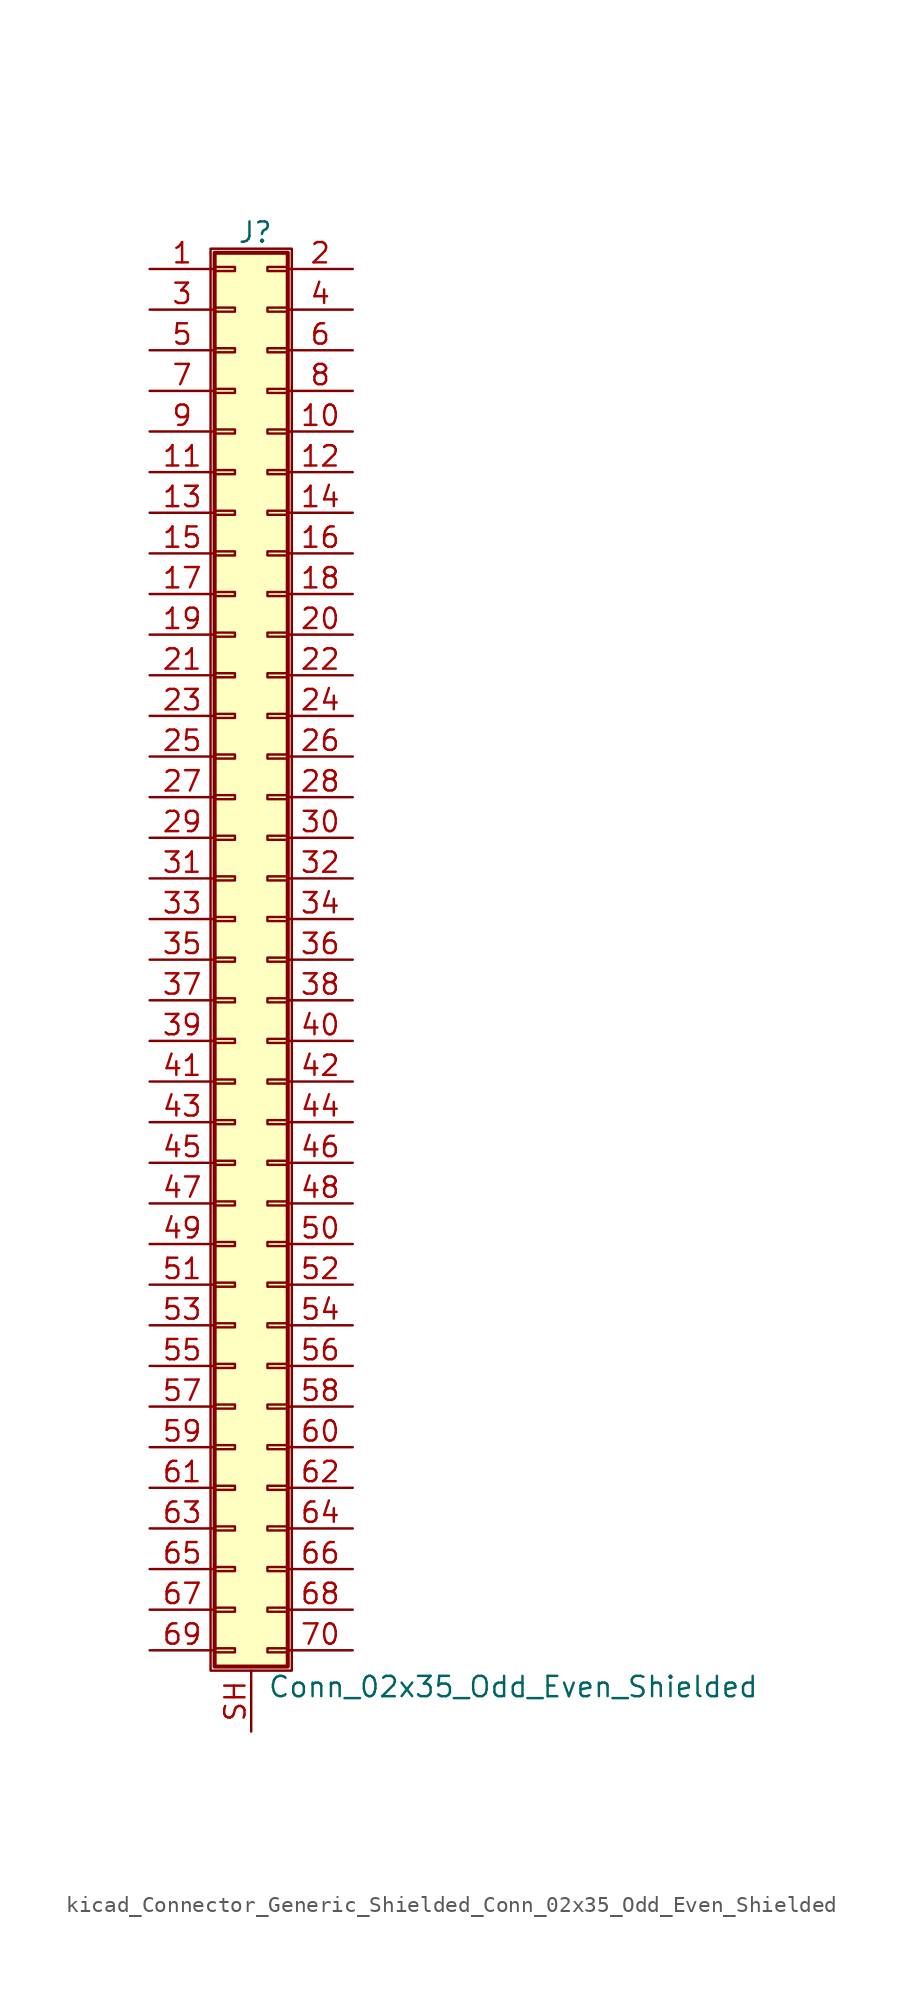
<source format=kicad_sym>
(kicad_symbol_lib
  (version 20220914)
  (generator kicad_symbol_editor)
  (symbol "kicad_Connector_Generic_Shielded_Conn_02x35_Odd_Even_Shielded"
    (pin_names
      (offset 1.016) hide)
    (property "Reference" "J"
      (at 1.524 45.466 0)
      (effects (font (size 1.27 1.27))))
    (property "Value" "Conn_02x35_Odd_Even_Shielded"
      (at 2.286 -45.466 0)
      (effects (font (size 1.27 1.27)) (justify left)))
    (symbol "kicad_Connector_Generic_Shielded_Conn_02x35_Odd_Even_Shielded_1_1"
      (rectangle (start -1.27 44.45) (end 3.81 -44.45) (stroke (width 0.152) (type default)) (fill (type none)))
      (rectangle (start -1.016 -43.053) (end 0.254 -43.307) (stroke (width 0.152) (type default)) (fill (type none)))
      (rectangle (start -1.016 -40.513) (end 0.254 -40.767) (stroke (width 0.152) (type default)) (fill (type none)))
      (rectangle (start -1.016 -37.973) (end 0.254 -38.227) (stroke (width 0.152) (type default)) (fill (type none)))
      (rectangle (start -1.016 -35.433) (end 0.254 -35.687) (stroke (width 0.152) (type default)) (fill (type none)))
      (rectangle (start -1.016 -32.893) (end 0.254 -33.147) (stroke (width 0.152) (type default)) (fill (type none)))
      (rectangle (start -1.016 -30.353) (end 0.254 -30.607) (stroke (width 0.152) (type default)) (fill (type none)))
      (rectangle (start -1.016 -27.813) (end 0.254 -28.067) (stroke (width 0.152) (type default)) (fill (type none)))
      (rectangle (start -1.016 -25.273) (end 0.254 -25.527) (stroke (width 0.152) (type default)) (fill (type none)))
      (rectangle (start -1.016 -22.733) (end 0.254 -22.987) (stroke (width 0.152) (type default)) (fill (type none)))
      (rectangle (start -1.016 -20.193) (end 0.254 -20.447) (stroke (width 0.152) (type default)) (fill (type none)))
      (rectangle (start -1.016 -17.653) (end 0.254 -17.907) (stroke (width 0.152) (type default)) (fill (type none)))
      (rectangle (start -1.016 -15.113) (end 0.254 -15.367) (stroke (width 0.152) (type default)) (fill (type none)))
      (rectangle (start -1.016 -12.573) (end 0.254 -12.827) (stroke (width 0.152) (type default)) (fill (type none)))
      (rectangle (start -1.016 -10.033) (end 0.254 -10.287) (stroke (width 0.152) (type default)) (fill (type none)))
      (rectangle (start -1.016 -7.493) (end 0.254 -7.747) (stroke (width 0.152) (type default)) (fill (type none)))
      (rectangle (start -1.016 -4.953) (end 0.254 -5.207) (stroke (width 0.152) (type default)) (fill (type none)))
      (rectangle (start -1.016 -2.413) (end 0.254 -2.667) (stroke (width 0.152) (type default)) (fill (type none)))
      (rectangle (start -1.016 0.127) (end 0.254 -0.127) (stroke (width 0.152) (type default)) (fill (type none)))
      (rectangle (start -1.016 2.667) (end 0.254 2.413) (stroke (width 0.152) (type default)) (fill (type none)))
      (rectangle (start -1.016 5.207) (end 0.254 4.953) (stroke (width 0.152) (type default)) (fill (type none)))
      (rectangle (start -1.016 7.747) (end 0.254 7.493) (stroke (width 0.152) (type default)) (fill (type none)))
      (rectangle (start -1.016 10.287) (end 0.254 10.033) (stroke (width 0.152) (type default)) (fill (type none)))
      (rectangle (start -1.016 12.827) (end 0.254 12.573) (stroke (width 0.152) (type default)) (fill (type none)))
      (rectangle (start -1.016 15.367) (end 0.254 15.113) (stroke (width 0.152) (type default)) (fill (type none)))
      (rectangle (start -1.016 17.907) (end 0.254 17.653) (stroke (width 0.152) (type default)) (fill (type none)))
      (rectangle (start -1.016 20.447) (end 0.254 20.193) (stroke (width 0.152) (type default)) (fill (type none)))
      (rectangle (start -1.016 22.987) (end 0.254 22.733) (stroke (width 0.152) (type default)) (fill (type none)))
      (rectangle (start -1.016 25.527) (end 0.254 25.273) (stroke (width 0.152) (type default)) (fill (type none)))
      (rectangle (start -1.016 28.067) (end 0.254 27.813) (stroke (width 0.152) (type default)) (fill (type none)))
      (rectangle (start -1.016 30.607) (end 0.254 30.353) (stroke (width 0.152) (type default)) (fill (type none)))
      (rectangle (start -1.016 33.147) (end 0.254 32.893) (stroke (width 0.152) (type default)) (fill (type none)))
      (rectangle (start -1.016 35.687) (end 0.254 35.433) (stroke (width 0.152) (type default)) (fill (type none)))
      (rectangle (start -1.016 38.227) (end 0.254 37.973) (stroke (width 0.152) (type default)) (fill (type none)))
      (rectangle (start -1.016 40.767) (end 0.254 40.513) (stroke (width 0.152) (type default)) (fill (type none)))
      (rectangle (start -1.016 43.307) (end 0.254 43.053) (stroke (width 0.152) (type default)) (fill (type none)))
      (rectangle (start -1.016 44.196) (end 3.556 -44.196) (stroke (width 0.254) (type default)) (fill (type background)))
      (rectangle (start 3.556 -43.053) (end 2.286 -43.307) (stroke (width 0.152) (type default)) (fill (type none)))
      (rectangle (start 3.556 -40.513) (end 2.286 -40.767) (stroke (width 0.152) (type default)) (fill (type none)))
      (rectangle (start 3.556 -37.973) (end 2.286 -38.227) (stroke (width 0.152) (type default)) (fill (type none)))
      (rectangle (start 3.556 -35.433) (end 2.286 -35.687) (stroke (width 0.152) (type default)) (fill (type none)))
      (rectangle (start 3.556 -32.893) (end 2.286 -33.147) (stroke (width 0.152) (type default)) (fill (type none)))
      (rectangle (start 3.556 -30.353) (end 2.286 -30.607) (stroke (width 0.152) (type default)) (fill (type none)))
      (rectangle (start 3.556 -27.813) (end 2.286 -28.067) (stroke (width 0.152) (type default)) (fill (type none)))
      (rectangle (start 3.556 -25.273) (end 2.286 -25.527) (stroke (width 0.152) (type default)) (fill (type none)))
      (rectangle (start 3.556 -22.733) (end 2.286 -22.987) (stroke (width 0.152) (type default)) (fill (type none)))
      (rectangle (start 3.556 -20.193) (end 2.286 -20.447) (stroke (width 0.152) (type default)) (fill (type none)))
      (rectangle (start 3.556 -17.653) (end 2.286 -17.907) (stroke (width 0.152) (type default)) (fill (type none)))
      (rectangle (start 3.556 -15.113) (end 2.286 -15.367) (stroke (width 0.152) (type default)) (fill (type none)))
      (rectangle (start 3.556 -12.573) (end 2.286 -12.827) (stroke (width 0.152) (type default)) (fill (type none)))
      (rectangle (start 3.556 -10.033) (end 2.286 -10.287) (stroke (width 0.152) (type default)) (fill (type none)))
      (rectangle (start 3.556 -7.493) (end 2.286 -7.747) (stroke (width 0.152) (type default)) (fill (type none)))
      (rectangle (start 3.556 -4.953) (end 2.286 -5.207) (stroke (width 0.152) (type default)) (fill (type none)))
      (rectangle (start 3.556 -2.413) (end 2.286 -2.667) (stroke (width 0.152) (type default)) (fill (type none)))
      (rectangle (start 3.556 0.127) (end 2.286 -0.127) (stroke (width 0.152) (type default)) (fill (type none)))
      (rectangle (start 3.556 2.667) (end 2.286 2.413) (stroke (width 0.152) (type default)) (fill (type none)))
      (rectangle (start 3.556 5.207) (end 2.286 4.953) (stroke (width 0.152) (type default)) (fill (type none)))
      (rectangle (start 3.556 7.747) (end 2.286 7.493) (stroke (width 0.152) (type default)) (fill (type none)))
      (rectangle (start 3.556 10.287) (end 2.286 10.033) (stroke (width 0.152) (type default)) (fill (type none)))
      (rectangle (start 3.556 12.827) (end 2.286 12.573) (stroke (width 0.152) (type default)) (fill (type none)))
      (rectangle (start 3.556 15.367) (end 2.286 15.113) (stroke (width 0.152) (type default)) (fill (type none)))
      (rectangle (start 3.556 17.907) (end 2.286 17.653) (stroke (width 0.152) (type default)) (fill (type none)))
      (rectangle (start 3.556 20.447) (end 2.286 20.193) (stroke (width 0.152) (type default)) (fill (type none)))
      (rectangle (start 3.556 22.987) (end 2.286 22.733) (stroke (width 0.152) (type default)) (fill (type none)))
      (rectangle (start 3.556 25.527) (end 2.286 25.273) (stroke (width 0.152) (type default)) (fill (type none)))
      (rectangle (start 3.556 28.067) (end 2.286 27.813) (stroke (width 0.152) (type default)) (fill (type none)))
      (rectangle (start 3.556 30.607) (end 2.286 30.353) (stroke (width 0.152) (type default)) (fill (type none)))
      (rectangle (start 3.556 33.147) (end 2.286 32.893) (stroke (width 0.152) (type default)) (fill (type none)))
      (rectangle (start 3.556 35.687) (end 2.286 35.433) (stroke (width 0.152) (type default)) (fill (type none)))
      (rectangle (start 3.556 38.227) (end 2.286 37.973) (stroke (width 0.152) (type default)) (fill (type none)))
      (rectangle (start 3.556 40.767) (end 2.286 40.513) (stroke (width 0.152) (type default)) (fill (type none)))
      (rectangle (start 3.556 43.307) (end 2.286 43.053) (stroke (width 0.152) (type default)) (fill (type none)))
      (pin passive line (at -5.08 43.18 0) (length 4.064) (name "Pin_1" (effects (font (size 1.27 1.27)))) (number "1" (effects (font (size 1.27 1.27)))))
      (pin passive line (at 7.62 33.02 180) (length 4.064) (name "Pin_10" (effects (font (size 1.27 1.27)))) (number "10" (effects (font (size 1.27 1.27)))))
      (pin passive line (at -5.08 30.48 0) (length 4.064) (name "Pin_11" (effects (font (size 1.27 1.27)))) (number "11" (effects (font (size 1.27 1.27)))))
      (pin passive line (at 7.62 30.48 180) (length 4.064) (name "Pin_12" (effects (font (size 1.27 1.27)))) (number "12" (effects (font (size 1.27 1.27)))))
      (pin passive line (at -5.08 27.94 0) (length 4.064) (name "Pin_13" (effects (font (size 1.27 1.27)))) (number "13" (effects (font (size 1.27 1.27)))))
      (pin passive line (at 7.62 27.94 180) (length 4.064) (name "Pin_14" (effects (font (size 1.27 1.27)))) (number "14" (effects (font (size 1.27 1.27)))))
      (pin passive line (at -5.08 25.4 0) (length 4.064) (name "Pin_15" (effects (font (size 1.27 1.27)))) (number "15" (effects (font (size 1.27 1.27)))))
      (pin passive line (at 7.62 25.4 180) (length 4.064) (name "Pin_16" (effects (font (size 1.27 1.27)))) (number "16" (effects (font (size 1.27 1.27)))))
      (pin passive line (at -5.08 22.86 0) (length 4.064) (name "Pin_17" (effects (font (size 1.27 1.27)))) (number "17" (effects (font (size 1.27 1.27)))))
      (pin passive line (at 7.62 22.86 180) (length 4.064) (name "Pin_18" (effects (font (size 1.27 1.27)))) (number "18" (effects (font (size 1.27 1.27)))))
      (pin passive line (at -5.08 20.32 0) (length 4.064) (name "Pin_19" (effects (font (size 1.27 1.27)))) (number "19" (effects (font (size 1.27 1.27)))))
      (pin passive line (at 7.62 43.18 180) (length 4.064) (name "Pin_2" (effects (font (size 1.27 1.27)))) (number "2" (effects (font (size 1.27 1.27)))))
      (pin passive line (at 7.62 20.32 180) (length 4.064) (name "Pin_20" (effects (font (size 1.27 1.27)))) (number "20" (effects (font (size 1.27 1.27)))))
      (pin passive line (at -5.08 17.78 0) (length 4.064) (name "Pin_21" (effects (font (size 1.27 1.27)))) (number "21" (effects (font (size 1.27 1.27)))))
      (pin passive line (at 7.62 17.78 180) (length 4.064) (name "Pin_22" (effects (font (size 1.27 1.27)))) (number "22" (effects (font (size 1.27 1.27)))))
      (pin passive line (at -5.08 15.24 0) (length 4.064) (name "Pin_23" (effects (font (size 1.27 1.27)))) (number "23" (effects (font (size 1.27 1.27)))))
      (pin passive line (at 7.62 15.24 180) (length 4.064) (name "Pin_24" (effects (font (size 1.27 1.27)))) (number "24" (effects (font (size 1.27 1.27)))))
      (pin passive line (at -5.08 12.7 0) (length 4.064) (name "Pin_25" (effects (font (size 1.27 1.27)))) (number "25" (effects (font (size 1.27 1.27)))))
      (pin passive line (at 7.62 12.7 180) (length 4.064) (name "Pin_26" (effects (font (size 1.27 1.27)))) (number "26" (effects (font (size 1.27 1.27)))))
      (pin passive line (at -5.08 10.16 0) (length 4.064) (name "Pin_27" (effects (font (size 1.27 1.27)))) (number "27" (effects (font (size 1.27 1.27)))))
      (pin passive line (at 7.62 10.16 180) (length 4.064) (name "Pin_28" (effects (font (size 1.27 1.27)))) (number "28" (effects (font (size 1.27 1.27)))))
      (pin passive line (at -5.08 7.62 0) (length 4.064) (name "Pin_29" (effects (font (size 1.27 1.27)))) (number "29" (effects (font (size 1.27 1.27)))))
      (pin passive line (at -5.08 40.64 0) (length 4.064) (name "Pin_3" (effects (font (size 1.27 1.27)))) (number "3" (effects (font (size 1.27 1.27)))))
      (pin passive line (at 7.62 7.62 180) (length 4.064) (name "Pin_30" (effects (font (size 1.27 1.27)))) (number "30" (effects (font (size 1.27 1.27)))))
      (pin passive line (at -5.08 5.08 0) (length 4.064) (name "Pin_31" (effects (font (size 1.27 1.27)))) (number "31" (effects (font (size 1.27 1.27)))))
      (pin passive line (at 7.62 5.08 180) (length 4.064) (name "Pin_32" (effects (font (size 1.27 1.27)))) (number "32" (effects (font (size 1.27 1.27)))))
      (pin passive line (at -5.08 2.54 0) (length 4.064) (name "Pin_33" (effects (font (size 1.27 1.27)))) (number "33" (effects (font (size 1.27 1.27)))))
      (pin passive line (at 7.62 2.54 180) (length 4.064) (name "Pin_34" (effects (font (size 1.27 1.27)))) (number "34" (effects (font (size 1.27 1.27)))))
      (pin passive line (at -5.08 0 0) (length 4.064) (name "Pin_35" (effects (font (size 1.27 1.27)))) (number "35" (effects (font (size 1.27 1.27)))))
      (pin passive line (at 7.62 0 180) (length 4.064) (name "Pin_36" (effects (font (size 1.27 1.27)))) (number "36" (effects (font (size 1.27 1.27)))))
      (pin passive line (at -5.08 -2.54 0) (length 4.064) (name "Pin_37" (effects (font (size 1.27 1.27)))) (number "37" (effects (font (size 1.27 1.27)))))
      (pin passive line (at 7.62 -2.54 180) (length 4.064) (name "Pin_38" (effects (font (size 1.27 1.27)))) (number "38" (effects (font (size 1.27 1.27)))))
      (pin passive line (at -5.08 -5.08 0) (length 4.064) (name "Pin_39" (effects (font (size 1.27 1.27)))) (number "39" (effects (font (size 1.27 1.27)))))
      (pin passive line (at 7.62 40.64 180) (length 4.064) (name "Pin_4" (effects (font (size 1.27 1.27)))) (number "4" (effects (font (size 1.27 1.27)))))
      (pin passive line (at 7.62 -5.08 180) (length 4.064) (name "Pin_40" (effects (font (size 1.27 1.27)))) (number "40" (effects (font (size 1.27 1.27)))))
      (pin passive line (at -5.08 -7.62 0) (length 4.064) (name "Pin_41" (effects (font (size 1.27 1.27)))) (number "41" (effects (font (size 1.27 1.27)))))
      (pin passive line (at 7.62 -7.62 180) (length 4.064) (name "Pin_42" (effects (font (size 1.27 1.27)))) (number "42" (effects (font (size 1.27 1.27)))))
      (pin passive line (at -5.08 -10.16 0) (length 4.064) (name "Pin_43" (effects (font (size 1.27 1.27)))) (number "43" (effects (font (size 1.27 1.27)))))
      (pin passive line (at 7.62 -10.16 180) (length 4.064) (name "Pin_44" (effects (font (size 1.27 1.27)))) (number "44" (effects (font (size 1.27 1.27)))))
      (pin passive line (at -5.08 -12.7 0) (length 4.064) (name "Pin_45" (effects (font (size 1.27 1.27)))) (number "45" (effects (font (size 1.27 1.27)))))
      (pin passive line (at 7.62 -12.7 180) (length 4.064) (name "Pin_46" (effects (font (size 1.27 1.27)))) (number "46" (effects (font (size 1.27 1.27)))))
      (pin passive line (at -5.08 -15.24 0) (length 4.064) (name "Pin_47" (effects (font (size 1.27 1.27)))) (number "47" (effects (font (size 1.27 1.27)))))
      (pin passive line (at 7.62 -15.24 180) (length 4.064) (name "Pin_48" (effects (font (size 1.27 1.27)))) (number "48" (effects (font (size 1.27 1.27)))))
      (pin passive line (at -5.08 -17.78 0) (length 4.064) (name "Pin_49" (effects (font (size 1.27 1.27)))) (number "49" (effects (font (size 1.27 1.27)))))
      (pin passive line (at -5.08 38.1 0) (length 4.064) (name "Pin_5" (effects (font (size 1.27 1.27)))) (number "5" (effects (font (size 1.27 1.27)))))
      (pin passive line (at 7.62 -17.78 180) (length 4.064) (name "Pin_50" (effects (font (size 1.27 1.27)))) (number "50" (effects (font (size 1.27 1.27)))))
      (pin passive line (at -5.08 -20.32 0) (length 4.064) (name "Pin_51" (effects (font (size 1.27 1.27)))) (number "51" (effects (font (size 1.27 1.27)))))
      (pin passive line (at 7.62 -20.32 180) (length 4.064) (name "Pin_52" (effects (font (size 1.27 1.27)))) (number "52" (effects (font (size 1.27 1.27)))))
      (pin passive line (at -5.08 -22.86 0) (length 4.064) (name "Pin_53" (effects (font (size 1.27 1.27)))) (number "53" (effects (font (size 1.27 1.27)))))
      (pin passive line (at 7.62 -22.86 180) (length 4.064) (name "Pin_54" (effects (font (size 1.27 1.27)))) (number "54" (effects (font (size 1.27 1.27)))))
      (pin passive line (at -5.08 -25.4 0) (length 4.064) (name "Pin_55" (effects (font (size 1.27 1.27)))) (number "55" (effects (font (size 1.27 1.27)))))
      (pin passive line (at 7.62 -25.4 180) (length 4.064) (name "Pin_56" (effects (font (size 1.27 1.27)))) (number "56" (effects (font (size 1.27 1.27)))))
      (pin passive line (at -5.08 -27.94 0) (length 4.064) (name "Pin_57" (effects (font (size 1.27 1.27)))) (number "57" (effects (font (size 1.27 1.27)))))
      (pin passive line (at 7.62 -27.94 180) (length 4.064) (name "Pin_58" (effects (font (size 1.27 1.27)))) (number "58" (effects (font (size 1.27 1.27)))))
      (pin passive line (at -5.08 -30.48 0) (length 4.064) (name "Pin_59" (effects (font (size 1.27 1.27)))) (number "59" (effects (font (size 1.27 1.27)))))
      (pin passive line (at 7.62 38.1 180) (length 4.064) (name "Pin_6" (effects (font (size 1.27 1.27)))) (number "6" (effects (font (size 1.27 1.27)))))
      (pin passive line (at 7.62 -30.48 180) (length 4.064) (name "Pin_60" (effects (font (size 1.27 1.27)))) (number "60" (effects (font (size 1.27 1.27)))))
      (pin passive line (at -5.08 -33.02 0) (length 4.064) (name "Pin_61" (effects (font (size 1.27 1.27)))) (number "61" (effects (font (size 1.27 1.27)))))
      (pin passive line (at 7.62 -33.02 180) (length 4.064) (name "Pin_62" (effects (font (size 1.27 1.27)))) (number "62" (effects (font (size 1.27 1.27)))))
      (pin passive line (at -5.08 -35.56 0) (length 4.064) (name "Pin_63" (effects (font (size 1.27 1.27)))) (number "63" (effects (font (size 1.27 1.27)))))
      (pin passive line (at 7.62 -35.56 180) (length 4.064) (name "Pin_64" (effects (font (size 1.27 1.27)))) (number "64" (effects (font (size 1.27 1.27)))))
      (pin passive line (at -5.08 -38.1 0) (length 4.064) (name "Pin_65" (effects (font (size 1.27 1.27)))) (number "65" (effects (font (size 1.27 1.27)))))
      (pin passive line (at 7.62 -38.1 180) (length 4.064) (name "Pin_66" (effects (font (size 1.27 1.27)))) (number "66" (effects (font (size 1.27 1.27)))))
      (pin passive line (at -5.08 -40.64 0) (length 4.064) (name "Pin_67" (effects (font (size 1.27 1.27)))) (number "67" (effects (font (size 1.27 1.27)))))
      (pin passive line (at 7.62 -40.64 180) (length 4.064) (name "Pin_68" (effects (font (size 1.27 1.27)))) (number "68" (effects (font (size 1.27 1.27)))))
      (pin passive line (at -5.08 -43.18 0) (length 4.064) (name "Pin_69" (effects (font (size 1.27 1.27)))) (number "69" (effects (font (size 1.27 1.27)))))
      (pin passive line (at -5.08 35.56 0) (length 4.064) (name "Pin_7" (effects (font (size 1.27 1.27)))) (number "7" (effects (font (size 1.27 1.27)))))
      (pin passive line (at 7.62 -43.18 180) (length 4.064) (name "Pin_70" (effects (font (size 1.27 1.27)))) (number "70" (effects (font (size 1.27 1.27)))))
      (pin passive line (at 7.62 35.56 180) (length 4.064) (name "Pin_8" (effects (font (size 1.27 1.27)))) (number "8" (effects (font (size 1.27 1.27)))))
      (pin passive line (at -5.08 33.02 0) (length 4.064) (name "Pin_9" (effects (font (size 1.27 1.27)))) (number "9" (effects (font (size 1.27 1.27)))))
      (pin passive line (at 1.27 -48.26 90) (length 3.81) (name "Shield" (effects (font (size 1.27 1.27)))) (number "SH" (effects (font (size 1.27 1.27))))))))
</source>
